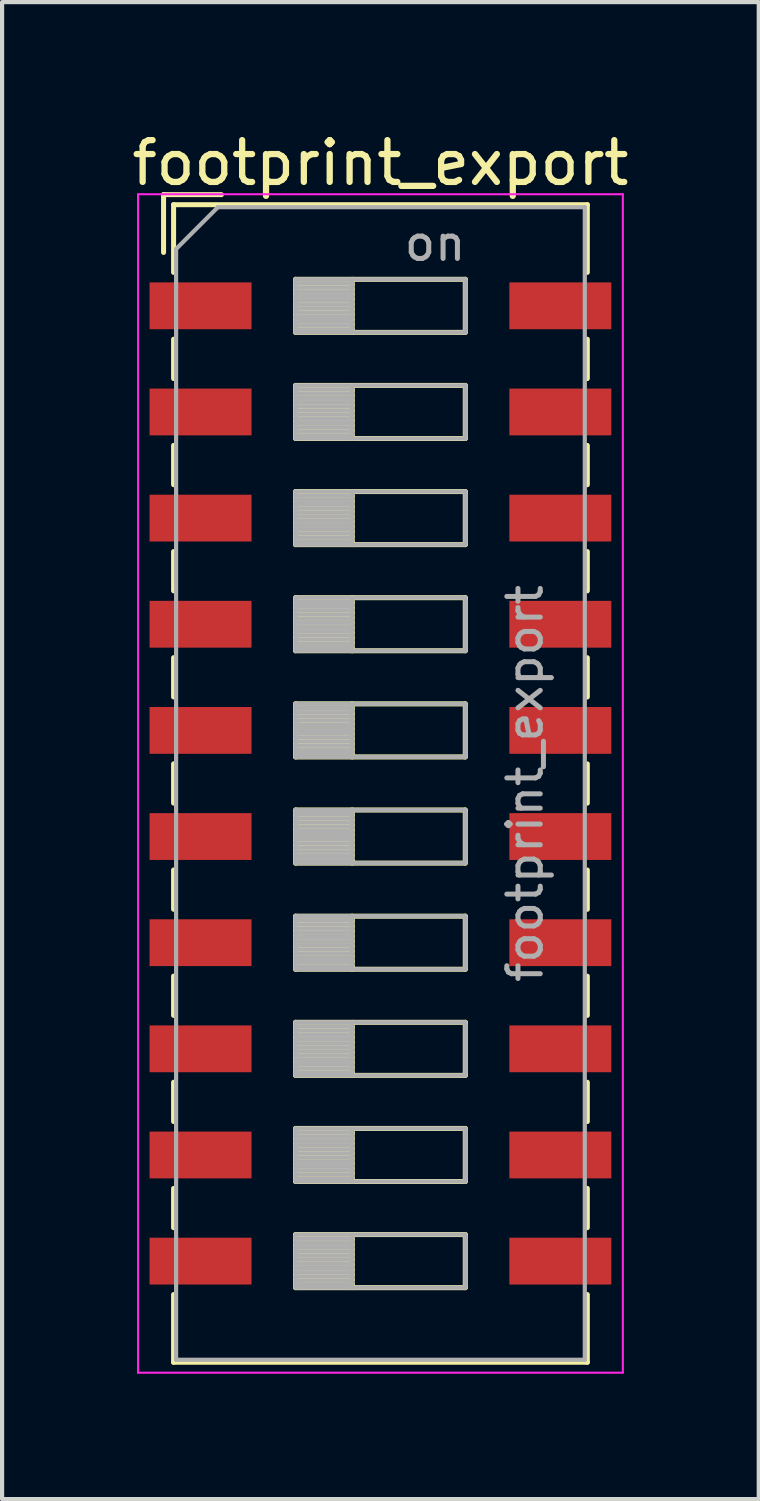
<source format=kicad_pcb>
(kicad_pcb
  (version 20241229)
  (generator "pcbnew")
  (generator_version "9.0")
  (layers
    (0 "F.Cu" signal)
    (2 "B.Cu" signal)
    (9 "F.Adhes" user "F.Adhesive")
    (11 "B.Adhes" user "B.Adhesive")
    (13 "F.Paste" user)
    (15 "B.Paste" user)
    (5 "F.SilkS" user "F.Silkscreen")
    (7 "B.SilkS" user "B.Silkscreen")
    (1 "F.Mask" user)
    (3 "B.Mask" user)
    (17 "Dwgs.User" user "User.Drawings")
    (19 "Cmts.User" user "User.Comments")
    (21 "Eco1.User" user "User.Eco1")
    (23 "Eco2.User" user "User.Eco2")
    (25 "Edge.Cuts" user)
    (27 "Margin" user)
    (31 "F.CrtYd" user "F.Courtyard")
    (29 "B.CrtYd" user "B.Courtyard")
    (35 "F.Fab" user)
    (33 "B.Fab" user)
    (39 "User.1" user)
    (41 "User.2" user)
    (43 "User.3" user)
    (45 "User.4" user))
  (footprint "footprint_export"
    (layer "F.Cu")
    (at 6.054 15.698)
    (property "Reference" "footprint_export" (at 0 -14.85 0) (layer "F.SilkS") (effects (font (size 1 1) (thickness 0.15))))
    (attr smd)
    (fp_line (start -5.19 -14.09) (end -5.19 -12.707) (stroke (width 0.12) (type solid)) (layer "F.SilkS"))
    (fp_line (start -5.19 -14.09) (end -3.806 -14.09) (stroke (width 0.12) (type solid)) (layer "F.SilkS"))
    (fp_line (start -4.95 -13.85) (end -4.95 -12.23) (stroke (width 0.12) (type solid)) (layer "F.SilkS"))
    (fp_line (start -4.95 -13.85) (end 4.95 -13.85) (stroke (width 0.12) (type solid)) (layer "F.SilkS"))
    (fp_line (start -4.95 -10.63) (end -4.95 -9.69) (stroke (width 0.12) (type solid)) (layer "F.SilkS"))
    (fp_line (start -4.95 -8.09) (end -4.95 -7.15) (stroke (width 0.12) (type solid)) (layer "F.SilkS"))
    (fp_line (start -4.95 -5.55) (end -4.95 -4.61) (stroke (width 0.12) (type solid)) (layer "F.SilkS"))
    (fp_line (start -4.95 -3.01) (end -4.95 -2.07) (stroke (width 0.12) (type solid)) (layer "F.SilkS"))
    (fp_line (start -4.95 -0.47) (end -4.95 0.47) (stroke (width 0.12) (type solid)) (layer "F.SilkS"))
    (fp_line (start -4.95 2.07) (end -4.95 3.01) (stroke (width 0.12) (type solid)) (layer "F.SilkS"))
    (fp_line (start -4.95 4.61) (end -4.95 5.55) (stroke (width 0.12) (type solid)) (layer "F.SilkS"))
    (fp_line (start -4.95 7.15) (end -4.95 8.09) (stroke (width 0.12) (type solid)) (layer "F.SilkS"))
    (fp_line (start -4.95 9.69) (end -4.95 10.63) (stroke (width 0.12) (type solid)) (layer "F.SilkS"))
    (fp_line (start -4.95 12.23) (end -4.95 13.85) (stroke (width 0.12) (type solid)) (layer "F.SilkS"))
    (fp_line (start -4.95 13.85) (end 4.95 13.85) (stroke (width 0.12) (type solid)) (layer "F.SilkS"))
    (fp_line (start -2.03 -12.065) (end -2.03 -10.795) (stroke (width 0.12) (type solid)) (layer "F.SilkS"))
    (fp_line (start -2.03 -11.945) (end -0.677 -11.945) (stroke (width 0.12) (type solid)) (layer "F.SilkS"))
    (fp_line (start -2.03 -11.825) (end -0.677 -11.825) (stroke (width 0.12) (type solid)) (layer "F.SilkS"))
    (fp_line (start -2.03 -11.705) (end -0.677 -11.705) (stroke (width 0.12) (type solid)) (layer "F.SilkS"))
    (fp_line (start -2.03 -11.585) (end -0.677 -11.585) (stroke (width 0.12) (type solid)) (layer "F.SilkS"))
    (fp_line (start -2.03 -11.465) (end -0.677 -11.465) (stroke (width 0.12) (type solid)) (layer "F.SilkS"))
    (fp_line (start -2.03 -11.345) (end -0.677 -11.345) (stroke (width 0.12) (type solid)) (layer "F.SilkS"))
    (fp_line (start -2.03 -11.225) (end -0.677 -11.225) (stroke (width 0.12) (type solid)) (layer "F.SilkS"))
    (fp_line (start -2.03 -11.105) (end -0.677 -11.105) (stroke (width 0.12) (type solid)) (layer "F.SilkS"))
    (fp_line (start -2.03 -10.985) (end -0.677 -10.985) (stroke (width 0.12) (type solid)) (layer "F.SilkS"))
    (fp_line (start -2.03 -10.865) (end -0.677 -10.865) (stroke (width 0.12) (type solid)) (layer "F.SilkS"))
    (fp_line (start -2.03 -10.795) (end 2.03 -10.795) (stroke (width 0.12) (type solid)) (layer "F.SilkS"))
    (fp_line (start -2.03 -9.525) (end -2.03 -8.255) (stroke (width 0.12) (type solid)) (layer "F.SilkS"))
    (fp_line (start -2.03 -9.405) (end -0.677 -9.405) (stroke (width 0.12) (type solid)) (layer "F.SilkS"))
    (fp_line (start -2.03 -9.285) (end -0.677 -9.285) (stroke (width 0.12) (type solid)) (layer "F.SilkS"))
    (fp_line (start -2.03 -9.165) (end -0.677 -9.165) (stroke (width 0.12) (type solid)) (layer "F.SilkS"))
    (fp_line (start -2.03 -9.045) (end -0.677 -9.045) (stroke (width 0.12) (type solid)) (layer "F.SilkS"))
    (fp_line (start -2.03 -8.925) (end -0.677 -8.925) (stroke (width 0.12) (type solid)) (layer "F.SilkS"))
    (fp_line (start -2.03 -8.805) (end -0.677 -8.805) (stroke (width 0.12) (type solid)) (layer "F.SilkS"))
    (fp_line (start -2.03 -8.685) (end -0.677 -8.685) (stroke (width 0.12) (type solid)) (layer "F.SilkS"))
    (fp_line (start -2.03 -8.565) (end -0.677 -8.565) (stroke (width 0.12) (type solid)) (layer "F.SilkS"))
    (fp_line (start -2.03 -8.445) (end -0.677 -8.445) (stroke (width 0.12) (type solid)) (layer "F.SilkS"))
    (fp_line (start -2.03 -8.325) (end -0.677 -8.325) (stroke (width 0.12) (type solid)) (layer "F.SilkS"))
    (fp_line (start -2.03 -8.255) (end 2.03 -8.255) (stroke (width 0.12) (type solid)) (layer "F.SilkS"))
    (fp_line (start -2.03 -6.985) (end -2.03 -5.715) (stroke (width 0.12) (type solid)) (layer "F.SilkS"))
    (fp_line (start -2.03 -6.865) (end -0.677 -6.865) (stroke (width 0.12) (type solid)) (layer "F.SilkS"))
    (fp_line (start -2.03 -6.745) (end -0.677 -6.745) (stroke (width 0.12) (type solid)) (layer "F.SilkS"))
    (fp_line (start -2.03 -6.625) (end -0.677 -6.625) (stroke (width 0.12) (type solid)) (layer "F.SilkS"))
    (fp_line (start -2.03 -6.505) (end -0.677 -6.505) (stroke (width 0.12) (type solid)) (layer "F.SilkS"))
    (fp_line (start -2.03 -6.385) (end -0.677 -6.385) (stroke (width 0.12) (type solid)) (layer "F.SilkS"))
    (fp_line (start -2.03 -6.265) (end -0.677 -6.265) (stroke (width 0.12) (type solid)) (layer "F.SilkS"))
    (fp_line (start -2.03 -6.145) (end -0.677 -6.145) (stroke (width 0.12) (type solid)) (layer "F.SilkS"))
    (fp_line (start -2.03 -6.025) (end -0.677 -6.025) (stroke (width 0.12) (type solid)) (layer "F.SilkS"))
    (fp_line (start -2.03 -5.905) (end -0.677 -5.905) (stroke (width 0.12) (type solid)) (layer "F.SilkS"))
    (fp_line (start -2.03 -5.785) (end -0.677 -5.785) (stroke (width 0.12) (type solid)) (layer "F.SilkS"))
    (fp_line (start -2.03 -5.715) (end 2.03 -5.715) (stroke (width 0.12) (type solid)) (layer "F.SilkS"))
    (fp_line (start -2.03 -4.445) (end -2.03 -3.175) (stroke (width 0.12) (type solid)) (layer "F.SilkS"))
    (fp_line (start -2.03 -4.325) (end -0.677 -4.325) (stroke (width 0.12) (type solid)) (layer "F.SilkS"))
    (fp_line (start -2.03 -4.205) (end -0.677 -4.205) (stroke (width 0.12) (type solid)) (layer "F.SilkS"))
    (fp_line (start -2.03 -4.085) (end -0.677 -4.085) (stroke (width 0.12) (type solid)) (layer "F.SilkS"))
    (fp_line (start -2.03 -3.965) (end -0.677 -3.965) (stroke (width 0.12) (type solid)) (layer "F.SilkS"))
    (fp_line (start -2.03 -3.845) (end -0.677 -3.845) (stroke (width 0.12) (type solid)) (layer "F.SilkS"))
    (fp_line (start -2.03 -3.725) (end -0.677 -3.725) (stroke (width 0.12) (type solid)) (layer "F.SilkS"))
    (fp_line (start -2.03 -3.605) (end -0.677 -3.605) (stroke (width 0.12) (type solid)) (layer "F.SilkS"))
    (fp_line (start -2.03 -3.485) (end -0.677 -3.485) (stroke (width 0.12) (type solid)) (layer "F.SilkS"))
    (fp_line (start -2.03 -3.365) (end -0.677 -3.365) (stroke (width 0.12) (type solid)) (layer "F.SilkS"))
    (fp_line (start -2.03 -3.245) (end -0.677 -3.245) (stroke (width 0.12) (type solid)) (layer "F.SilkS"))
    (fp_line (start -2.03 -3.175) (end 2.03 -3.175) (stroke (width 0.12) (type solid)) (layer "F.SilkS"))
    (fp_line (start -2.03 -1.905) (end -2.03 -0.635) (stroke (width 0.12) (type solid)) (layer "F.SilkS"))
    (fp_line (start -2.03 -1.785) (end -0.677 -1.785) (stroke (width 0.12) (type solid)) (layer "F.SilkS"))
    (fp_line (start -2.03 -1.665) (end -0.677 -1.665) (stroke (width 0.12) (type solid)) (layer "F.SilkS"))
    (fp_line (start -2.03 -1.545) (end -0.677 -1.545) (stroke (width 0.12) (type solid)) (layer "F.SilkS"))
    (fp_line (start -2.03 -1.425) (end -0.677 -1.425) (stroke (width 0.12) (type solid)) (layer "F.SilkS"))
    (fp_line (start -2.03 -1.305) (end -0.677 -1.305) (stroke (width 0.12) (type solid)) (layer "F.SilkS"))
    (fp_line (start -2.03 -1.185) (end -0.677 -1.185) (stroke (width 0.12) (type solid)) (layer "F.SilkS"))
    (fp_line (start -2.03 -1.065) (end -0.677 -1.065) (stroke (width 0.12) (type solid)) (layer "F.SilkS"))
    (fp_line (start -2.03 -0.945) (end -0.677 -0.945) (stroke (width 0.12) (type solid)) (layer "F.SilkS"))
    (fp_line (start -2.03 -0.825) (end -0.677 -0.825) (stroke (width 0.12) (type solid)) (layer "F.SilkS"))
    (fp_line (start -2.03 -0.705) (end -0.677 -0.705) (stroke (width 0.12) (type solid)) (layer "F.SilkS"))
    (fp_line (start -2.03 -0.635) (end 2.03 -0.635) (stroke (width 0.12) (type solid)) (layer "F.SilkS"))
    (fp_line (start -2.03 0.635) (end -2.03 1.905) (stroke (width 0.12) (type solid)) (layer "F.SilkS"))
    (fp_line (start -2.03 0.755) (end -0.677 0.755) (stroke (width 0.12) (type solid)) (layer "F.SilkS"))
    (fp_line (start -2.03 0.875) (end -0.677 0.875) (stroke (width 0.12) (type solid)) (layer "F.SilkS"))
    (fp_line (start -2.03 0.995) (end -0.677 0.995) (stroke (width 0.12) (type solid)) (layer "F.SilkS"))
    (fp_line (start -2.03 1.115) (end -0.677 1.115) (stroke (width 0.12) (type solid)) (layer "F.SilkS"))
    (fp_line (start -2.03 1.235) (end -0.677 1.235) (stroke (width 0.12) (type solid)) (layer "F.SilkS"))
    (fp_line (start -2.03 1.355) (end -0.677 1.355) (stroke (width 0.12) (type solid)) (layer "F.SilkS"))
    (fp_line (start -2.03 1.475) (end -0.677 1.475) (stroke (width 0.12) (type solid)) (layer "F.SilkS"))
    (fp_line (start -2.03 1.595) (end -0.677 1.595) (stroke (width 0.12) (type solid)) (layer "F.SilkS"))
    (fp_line (start -2.03 1.715) (end -0.677 1.715) (stroke (width 0.12) (type solid)) (layer "F.SilkS"))
    (fp_line (start -2.03 1.835) (end -0.677 1.835) (stroke (width 0.12) (type solid)) (layer "F.SilkS"))
    (fp_line (start -2.03 1.905) (end 2.03 1.905) (stroke (width 0.12) (type solid)) (layer "F.SilkS"))
    (fp_line (start -2.03 3.175) (end -2.03 4.445) (stroke (width 0.12) (type solid)) (layer "F.SilkS"))
    (fp_line (start -2.03 3.295) (end -0.677 3.295) (stroke (width 0.12) (type solid)) (layer "F.SilkS"))
    (fp_line (start -2.03 3.415) (end -0.677 3.415) (stroke (width 0.12) (type solid)) (layer "F.SilkS"))
    (fp_line (start -2.03 3.535) (end -0.677 3.535) (stroke (width 0.12) (type solid)) (layer "F.SilkS"))
    (fp_line (start -2.03 3.655) (end -0.677 3.655) (stroke (width 0.12) (type solid)) (layer "F.SilkS"))
    (fp_line (start -2.03 3.775) (end -0.677 3.775) (stroke (width 0.12) (type solid)) (layer "F.SilkS"))
    (fp_line (start -2.03 3.895) (end -0.677 3.895) (stroke (width 0.12) (type solid)) (layer "F.SilkS"))
    (fp_line (start -2.03 4.015) (end -0.677 4.015) (stroke (width 0.12) (type solid)) (layer "F.SilkS"))
    (fp_line (start -2.03 4.135) (end -0.677 4.135) (stroke (width 0.12) (type solid)) (layer "F.SilkS"))
    (fp_line (start -2.03 4.255) (end -0.677 4.255) (stroke (width 0.12) (type solid)) (layer "F.SilkS"))
    (fp_line (start -2.03 4.375) (end -0.677 4.375) (stroke (width 0.12) (type solid)) (layer "F.SilkS"))
    (fp_line (start -2.03 4.445) (end 2.03 4.445) (stroke (width 0.12) (type solid)) (layer "F.SilkS"))
    (fp_line (start -2.03 5.715) (end -2.03 6.985) (stroke (width 0.12) (type solid)) (layer "F.SilkS"))
    (fp_line (start -2.03 5.835) (end -0.677 5.835) (stroke (width 0.12) (type solid)) (layer "F.SilkS"))
    (fp_line (start -2.03 5.955) (end -0.677 5.955) (stroke (width 0.12) (type solid)) (layer "F.SilkS"))
    (fp_line (start -2.03 6.075) (end -0.677 6.075) (stroke (width 0.12) (type solid)) (layer "F.SilkS"))
    (fp_line (start -2.03 6.195) (end -0.677 6.195) (stroke (width 0.12) (type solid)) (layer "F.SilkS"))
    (fp_line (start -2.03 6.315) (end -0.677 6.315) (stroke (width 0.12) (type solid)) (layer "F.SilkS"))
    (fp_line (start -2.03 6.435) (end -0.677 6.435) (stroke (width 0.12) (type solid)) (layer "F.SilkS"))
    (fp_line (start -2.03 6.555) (end -0.677 6.555) (stroke (width 0.12) (type solid)) (layer "F.SilkS"))
    (fp_line (start -2.03 6.675) (end -0.677 6.675) (stroke (width 0.12) (type solid)) (layer "F.SilkS"))
    (fp_line (start -2.03 6.795) (end -0.677 6.795) (stroke (width 0.12) (type solid)) (layer "F.SilkS"))
    (fp_line (start -2.03 6.915) (end -0.677 6.915) (stroke (width 0.12) (type solid)) (layer "F.SilkS"))
    (fp_line (start -2.03 6.985) (end 2.03 6.985) (stroke (width 0.12) (type solid)) (layer "F.SilkS"))
    (fp_line (start -2.03 8.255) (end -2.03 9.525) (stroke (width 0.12) (type solid)) (layer "F.SilkS"))
    (fp_line (start -2.03 8.375) (end -0.677 8.375) (stroke (width 0.12) (type solid)) (layer "F.SilkS"))
    (fp_line (start -2.03 8.495) (end -0.677 8.495) (stroke (width 0.12) (type solid)) (layer "F.SilkS"))
    (fp_line (start -2.03 8.615) (end -0.677 8.615) (stroke (width 0.12) (type solid)) (layer "F.SilkS"))
    (fp_line (start -2.03 8.735) (end -0.677 8.735) (stroke (width 0.12) (type solid)) (layer "F.SilkS"))
    (fp_line (start -2.03 8.855) (end -0.677 8.855) (stroke (width 0.12) (type solid)) (layer "F.SilkS"))
    (fp_line (start -2.03 8.975) (end -0.677 8.975) (stroke (width 0.12) (type solid)) (layer "F.SilkS"))
    (fp_line (start -2.03 9.095) (end -0.677 9.095) (stroke (width 0.12) (type solid)) (layer "F.SilkS"))
    (fp_line (start -2.03 9.215) (end -0.677 9.215) (stroke (width 0.12) (type solid)) (layer "F.SilkS"))
    (fp_line (start -2.03 9.335) (end -0.677 9.335) (stroke (width 0.12) (type solid)) (layer "F.SilkS"))
    (fp_line (start -2.03 9.455) (end -0.677 9.455) (stroke (width 0.12) (type solid)) (layer "F.SilkS"))
    (fp_line (start -2.03 9.525) (end 2.03 9.525) (stroke (width 0.12) (type solid)) (layer "F.SilkS"))
    (fp_line (start -2.03 10.795) (end -2.03 12.065) (stroke (width 0.12) (type solid)) (layer "F.SilkS"))
    (fp_line (start -2.03 10.915) (end -0.677 10.915) (stroke (width 0.12) (type solid)) (layer "F.SilkS"))
    (fp_line (start -2.03 11.035) (end -0.677 11.035) (stroke (width 0.12) (type solid)) (layer "F.SilkS"))
    (fp_line (start -2.03 11.155) (end -0.677 11.155) (stroke (width 0.12) (type solid)) (layer "F.SilkS"))
    (fp_line (start -2.03 11.275) (end -0.677 11.275) (stroke (width 0.12) (type solid)) (layer "F.SilkS"))
    (fp_line (start -2.03 11.395) (end -0.677 11.395) (stroke (width 0.12) (type solid)) (layer "F.SilkS"))
    (fp_line (start -2.03 11.515) (end -0.677 11.515) (stroke (width 0.12) (type solid)) (layer "F.SilkS"))
    (fp_line (start -2.03 11.635) (end -0.677 11.635) (stroke (width 0.12) (type solid)) (layer "F.SilkS"))
    (fp_line (start -2.03 11.755) (end -0.677 11.755) (stroke (width 0.12) (type solid)) (layer "F.SilkS"))
    (fp_line (start -2.03 11.875) (end -0.677 11.875) (stroke (width 0.12) (type solid)) (layer "F.SilkS"))
    (fp_line (start -2.03 11.995) (end -0.677 11.995) (stroke (width 0.12) (type solid)) (layer "F.SilkS"))
    (fp_line (start -2.03 12.065) (end 2.03 12.065) (stroke (width 0.12) (type solid)) (layer "F.SilkS"))
    (fp_line (start -0.677 -12.065) (end -0.677 -10.795) (stroke (width 0.12) (type solid)) (layer "F.SilkS"))
    (fp_line (start -0.677 -9.525) (end -0.677 -8.255) (stroke (width 0.12) (type solid)) (layer "F.SilkS"))
    (fp_line (start -0.677 -6.985) (end -0.677 -5.715) (stroke (width 0.12) (type solid)) (layer "F.SilkS"))
    (fp_line (start -0.677 -4.445) (end -0.677 -3.175) (stroke (width 0.12) (type solid)) (layer "F.SilkS"))
    (fp_line (start -0.677 -1.905) (end -0.677 -0.635) (stroke (width 0.12) (type solid)) (layer "F.SilkS"))
    (fp_line (start -0.677 0.635) (end -0.677 1.905) (stroke (width 0.12) (type solid)) (layer "F.SilkS"))
    (fp_line (start -0.677 3.175) (end -0.677 4.445) (stroke (width 0.12) (type solid)) (layer "F.SilkS"))
    (fp_line (start -0.677 5.715) (end -0.677 6.985) (stroke (width 0.12) (type solid)) (layer "F.SilkS"))
    (fp_line (start -0.677 8.255) (end -0.677 9.525) (stroke (width 0.12) (type solid)) (layer "F.SilkS"))
    (fp_line (start -0.677 10.795) (end -0.677 12.065) (stroke (width 0.12) (type solid)) (layer "F.SilkS"))
    (fp_line (start 2.03 -12.065) (end -2.03 -12.065) (stroke (width 0.12) (type solid)) (layer "F.SilkS"))
    (fp_line (start 2.03 -10.795) (end 2.03 -12.065) (stroke (width 0.12) (type solid)) (layer "F.SilkS"))
    (fp_line (start 2.03 -9.525) (end -2.03 -9.525) (stroke (width 0.12) (type solid)) (layer "F.SilkS"))
    (fp_line (start 2.03 -8.255) (end 2.03 -9.525) (stroke (width 0.12) (type solid)) (layer "F.SilkS"))
    (fp_line (start 2.03 -6.985) (end -2.03 -6.985) (stroke (width 0.12) (type solid)) (layer "F.SilkS"))
    (fp_line (start 2.03 -5.715) (end 2.03 -6.985) (stroke (width 0.12) (type solid)) (layer "F.SilkS"))
    (fp_line (start 2.03 -4.445) (end -2.03 -4.445) (stroke (width 0.12) (type solid)) (layer "F.SilkS"))
    (fp_line (start 2.03 -3.175) (end 2.03 -4.445) (stroke (width 0.12) (type solid)) (layer "F.SilkS"))
    (fp_line (start 2.03 -1.905) (end -2.03 -1.905) (stroke (width 0.12) (type solid)) (layer "F.SilkS"))
    (fp_line (start 2.03 -0.635) (end 2.03 -1.905) (stroke (width 0.12) (type solid)) (layer "F.SilkS"))
    (fp_line (start 2.03 0.635) (end -2.03 0.635) (stroke (width 0.12) (type solid)) (layer "F.SilkS"))
    (fp_line (start 2.03 1.905) (end 2.03 0.635) (stroke (width 0.12) (type solid)) (layer "F.SilkS"))
    (fp_line (start 2.03 3.175) (end -2.03 3.175) (stroke (width 0.12) (type solid)) (layer "F.SilkS"))
    (fp_line (start 2.03 4.445) (end 2.03 3.175) (stroke (width 0.12) (type solid)) (layer "F.SilkS"))
    (fp_line (start 2.03 5.715) (end -2.03 5.715) (stroke (width 0.12) (type solid)) (layer "F.SilkS"))
    (fp_line (start 2.03 6.985) (end 2.03 5.715) (stroke (width 0.12) (type solid)) (layer "F.SilkS"))
    (fp_line (start 2.03 8.255) (end -2.03 8.255) (stroke (width 0.12) (type solid)) (layer "F.SilkS"))
    (fp_line (start 2.03 9.525) (end 2.03 8.255) (stroke (width 0.12) (type solid)) (layer "F.SilkS"))
    (fp_line (start 2.03 10.795) (end -2.03 10.795) (stroke (width 0.12) (type solid)) (layer "F.SilkS"))
    (fp_line (start 2.03 12.065) (end 2.03 10.795) (stroke (width 0.12) (type solid)) (layer "F.SilkS"))
    (fp_line (start 4.95 -13.85) (end 4.95 -12.23) (stroke (width 0.12) (type solid)) (layer "F.SilkS"))
    (fp_line (start 4.95 -10.629) (end 4.95 -9.689) (stroke (width 0.12) (type solid)) (layer "F.SilkS"))
    (fp_line (start 4.95 -8.089) (end 4.95 -7.149) (stroke (width 0.12) (type solid)) (layer "F.SilkS"))
    (fp_line (start 4.95 -5.549) (end 4.95 -4.609) (stroke (width 0.12) (type solid)) (layer "F.SilkS"))
    (fp_line (start 4.95 -3.009) (end 4.95 -2.069) (stroke (width 0.12) (type solid)) (layer "F.SilkS"))
    (fp_line (start 4.95 -0.469) (end 4.95 0.471) (stroke (width 0.12) (type solid)) (layer "F.SilkS"))
    (fp_line (start 4.95 2.071) (end 4.95 3.011) (stroke (width 0.12) (type solid)) (layer "F.SilkS"))
    (fp_line (start 4.95 4.611) (end 4.95 5.55) (stroke (width 0.12) (type solid)) (layer "F.SilkS"))
    (fp_line (start 4.95 7.15) (end 4.95 8.09) (stroke (width 0.12) (type solid)) (layer "F.SilkS"))
    (fp_line (start 4.95 9.69) (end 4.95 10.63) (stroke (width 0.12) (type solid)) (layer "F.SilkS"))
    (fp_line (start 4.95 12.23) (end 4.95 13.85) (stroke (width 0.12) (type solid)) (layer "F.SilkS"))
    (fp_line (start -5.8 -14.1) (end -5.8 14.1) (stroke (width 0.05) (type solid)) (layer "F.CrtYd"))
    (fp_line (start -5.8 14.1) (end 5.8 14.1) (stroke (width 0.05) (type solid)) (layer "F.CrtYd"))
    (fp_line (start 5.8 -14.1) (end -5.8 -14.1) (stroke (width 0.05) (type solid)) (layer "F.CrtYd"))
    (fp_line (start 5.8 14.1) (end 5.8 -14.1) (stroke (width 0.05) (type solid)) (layer "F.CrtYd"))
    (fp_line (start -4.89 -12.79) (end -3.89 -13.79) (stroke (width 0.1) (type solid)) (layer "F.Fab"))
    (fp_line (start -4.89 13.79) (end -4.89 -12.79) (stroke (width 0.1) (type solid)) (layer "F.Fab"))
    (fp_line (start -3.89 -13.79) (end 4.89 -13.79) (stroke (width 0.1) (type solid)) (layer "F.Fab"))
    (fp_line (start -2.03 -12.065) (end -2.03 -10.795) (stroke (width 0.1) (type solid)) (layer "F.Fab"))
    (fp_line (start -2.03 -11.965) (end -0.677 -11.965) (stroke (width 0.1) (type solid)) (layer "F.Fab"))
    (fp_line (start -2.03 -11.865) (end -0.677 -11.865) (stroke (width 0.1) (type solid)) (layer "F.Fab"))
    (fp_line (start -2.03 -11.765) (end -0.677 -11.765) (stroke (width 0.1) (type solid)) (layer "F.Fab"))
    (fp_line (start -2.03 -11.665) (end -0.677 -11.665) (stroke (width 0.1) (type solid)) (layer "F.Fab"))
    (fp_line (start -2.03 -11.565) (end -0.677 -11.565) (stroke (width 0.1) (type solid)) (layer "F.Fab"))
    (fp_line (start -2.03 -11.465) (end -0.677 -11.465) (stroke (width 0.1) (type solid)) (layer "F.Fab"))
    (fp_line (start -2.03 -11.365) (end -0.677 -11.365) (stroke (width 0.1) (type solid)) (layer "F.Fab"))
    (fp_line (start -2.03 -11.265) (end -0.677 -11.265) (stroke (width 0.1) (type solid)) (layer "F.Fab"))
    (fp_line (start -2.03 -11.165) (end -0.677 -11.165) (stroke (width 0.1) (type solid)) (layer "F.Fab"))
    (fp_line (start -2.03 -11.065) (end -0.677 -11.065) (stroke (width 0.1) (type solid)) (layer "F.Fab"))
    (fp_line (start -2.03 -10.965) (end -0.677 -10.965) (stroke (width 0.1) (type solid)) (layer "F.Fab"))
    (fp_line (start -2.03 -10.865) (end -0.677 -10.865) (stroke (width 0.1) (type solid)) (layer "F.Fab"))
    (fp_line (start -2.03 -10.795) (end 2.03 -10.795) (stroke (width 0.1) (type solid)) (layer "F.Fab"))
    (fp_line (start -2.03 -9.525) (end -2.03 -8.255) (stroke (width 0.1) (type solid)) (layer "F.Fab"))
    (fp_line (start -2.03 -9.425) (end -0.677 -9.425) (stroke (width 0.1) (type solid)) (layer "F.Fab"))
    (fp_line (start -2.03 -9.325) (end -0.677 -9.325) (stroke (width 0.1) (type solid)) (layer "F.Fab"))
    (fp_line (start -2.03 -9.225) (end -0.677 -9.225) (stroke (width 0.1) (type solid)) (layer "F.Fab"))
    (fp_line (start -2.03 -9.125) (end -0.677 -9.125) (stroke (width 0.1) (type solid)) (layer "F.Fab"))
    (fp_line (start -2.03 -9.025) (end -0.677 -9.025) (stroke (width 0.1) (type solid)) (layer "F.Fab"))
    (fp_line (start -2.03 -8.925) (end -0.677 -8.925) (stroke (width 0.1) (type solid)) (layer "F.Fab"))
    (fp_line (start -2.03 -8.825) (end -0.677 -8.825) (stroke (width 0.1) (type solid)) (layer "F.Fab"))
    (fp_line (start -2.03 -8.725) (end -0.677 -8.725) (stroke (width 0.1) (type solid)) (layer "F.Fab"))
    (fp_line (start -2.03 -8.625) (end -0.677 -8.625) (stroke (width 0.1) (type solid)) (layer "F.Fab"))
    (fp_line (start -2.03 -8.525) (end -0.677 -8.525) (stroke (width 0.1) (type solid)) (layer "F.Fab"))
    (fp_line (start -2.03 -8.425) (end -0.677 -8.425) (stroke (width 0.1) (type solid)) (layer "F.Fab"))
    (fp_line (start -2.03 -8.325) (end -0.677 -8.325) (stroke (width 0.1) (type solid)) (layer "F.Fab"))
    (fp_line (start -2.03 -8.255) (end 2.03 -8.255) (stroke (width 0.1) (type solid)) (layer "F.Fab"))
    (fp_line (start -2.03 -6.985) (end -2.03 -5.715) (stroke (width 0.1) (type solid)) (layer "F.Fab"))
    (fp_line (start -2.03 -6.885) (end -0.677 -6.885) (stroke (width 0.1) (type solid)) (layer "F.Fab"))
    (fp_line (start -2.03 -6.785) (end -0.677 -6.785) (stroke (width 0.1) (type solid)) (layer "F.Fab"))
    (fp_line (start -2.03 -6.685) (end -0.677 -6.685) (stroke (width 0.1) (type solid)) (layer "F.Fab"))
    (fp_line (start -2.03 -6.585) (end -0.677 -6.585) (stroke (width 0.1) (type solid)) (layer "F.Fab"))
    (fp_line (start -2.03 -6.485) (end -0.677 -6.485) (stroke (width 0.1) (type solid)) (layer "F.Fab"))
    (fp_line (start -2.03 -6.385) (end -0.677 -6.385) (stroke (width 0.1) (type solid)) (layer "F.Fab"))
    (fp_line (start -2.03 -6.285) (end -0.677 -6.285) (stroke (width 0.1) (type solid)) (layer "F.Fab"))
    (fp_line (start -2.03 -6.185) (end -0.677 -6.185) (stroke (width 0.1) (type solid)) (layer "F.Fab"))
    (fp_line (start -2.03 -6.085) (end -0.677 -6.085) (stroke (width 0.1) (type solid)) (layer "F.Fab"))
    (fp_line (start -2.03 -5.985) (end -0.677 -5.985) (stroke (width 0.1) (type solid)) (layer "F.Fab"))
    (fp_line (start -2.03 -5.885) (end -0.677 -5.885) (stroke (width 0.1) (type solid)) (layer "F.Fab"))
    (fp_line (start -2.03 -5.785) (end -0.677 -5.785) (stroke (width 0.1) (type solid)) (layer "F.Fab"))
    (fp_line (start -2.03 -5.715) (end 2.03 -5.715) (stroke (width 0.1) (type solid)) (layer "F.Fab"))
    (fp_line (start -2.03 -4.445) (end -2.03 -3.175) (stroke (width 0.1) (type solid)) (layer "F.Fab"))
    (fp_line (start -2.03 -4.345) (end -0.677 -4.345) (stroke (width 0.1) (type solid)) (layer "F.Fab"))
    (fp_line (start -2.03 -4.245) (end -0.677 -4.245) (stroke (width 0.1) (type solid)) (layer "F.Fab"))
    (fp_line (start -2.03 -4.145) (end -0.677 -4.145) (stroke (width 0.1) (type solid)) (layer "F.Fab"))
    (fp_line (start -2.03 -4.045) (end -0.677 -4.045) (stroke (width 0.1) (type solid)) (layer "F.Fab"))
    (fp_line (start -2.03 -3.945) (end -0.677 -3.945) (stroke (width 0.1) (type solid)) (layer "F.Fab"))
    (fp_line (start -2.03 -3.845) (end -0.677 -3.845) (stroke (width 0.1) (type solid)) (layer "F.Fab"))
    (fp_line (start -2.03 -3.745) (end -0.677 -3.745) (stroke (width 0.1) (type solid)) (layer "F.Fab"))
    (fp_line (start -2.03 -3.645) (end -0.677 -3.645) (stroke (width 0.1) (type solid)) (layer "F.Fab"))
    (fp_line (start -2.03 -3.545) (end -0.677 -3.545) (stroke (width 0.1) (type solid)) (layer "F.Fab"))
    (fp_line (start -2.03 -3.445) (end -0.677 -3.445) (stroke (width 0.1) (type solid)) (layer "F.Fab"))
    (fp_line (start -2.03 -3.345) (end -0.677 -3.345) (stroke (width 0.1) (type solid)) (layer "F.Fab"))
    (fp_line (start -2.03 -3.245) (end -0.677 -3.245) (stroke (width 0.1) (type solid)) (layer "F.Fab"))
    (fp_line (start -2.03 -3.175) (end 2.03 -3.175) (stroke (width 0.1) (type solid)) (layer "F.Fab"))
    (fp_line (start -2.03 -1.905) (end -2.03 -0.635) (stroke (width 0.1) (type solid)) (layer "F.Fab"))
    (fp_line (start -2.03 -1.805) (end -0.677 -1.805) (stroke (width 0.1) (type solid)) (layer "F.Fab"))
    (fp_line (start -2.03 -1.705) (end -0.677 -1.705) (stroke (width 0.1) (type solid)) (layer "F.Fab"))
    (fp_line (start -2.03 -1.605) (end -0.677 -1.605) (stroke (width 0.1) (type solid)) (layer "F.Fab"))
    (fp_line (start -2.03 -1.505) (end -0.677 -1.505) (stroke (width 0.1) (type solid)) (layer "F.Fab"))
    (fp_line (start -2.03 -1.405) (end -0.677 -1.405) (stroke (width 0.1) (type solid)) (layer "F.Fab"))
    (fp_line (start -2.03 -1.305) (end -0.677 -1.305) (stroke (width 0.1) (type solid)) (layer "F.Fab"))
    (fp_line (start -2.03 -1.205) (end -0.677 -1.205) (stroke (width 0.1) (type solid)) (layer "F.Fab"))
    (fp_line (start -2.03 -1.105) (end -0.677 -1.105) (stroke (width 0.1) (type solid)) (layer "F.Fab"))
    (fp_line (start -2.03 -1.005) (end -0.677 -1.005) (stroke (width 0.1) (type solid)) (layer "F.Fab"))
    (fp_line (start -2.03 -0.905) (end -0.677 -0.905) (stroke (width 0.1) (type solid)) (layer "F.Fab"))
    (fp_line (start -2.03 -0.805) (end -0.677 -0.805) (stroke (width 0.1) (type solid)) (layer "F.Fab"))
    (fp_line (start -2.03 -0.705) (end -0.677 -0.705) (stroke (width 0.1) (type solid)) (layer "F.Fab"))
    (fp_line (start -2.03 -0.635) (end 2.03 -0.635) (stroke (width 0.1) (type solid)) (layer "F.Fab"))
    (fp_line (start -2.03 0.635) (end -2.03 1.905) (stroke (width 0.1) (type solid)) (layer "F.Fab"))
    (fp_line (start -2.03 0.735) (end -0.677 0.735) (stroke (width 0.1) (type solid)) (layer "F.Fab"))
    (fp_line (start -2.03 0.835) (end -0.677 0.835) (stroke (width 0.1) (type solid)) (layer "F.Fab"))
    (fp_line (start -2.03 0.935) (end -0.677 0.935) (stroke (width 0.1) (type solid)) (layer "F.Fab"))
    (fp_line (start -2.03 1.035) (end -0.677 1.035) (stroke (width 0.1) (type solid)) (layer "F.Fab"))
    (fp_line (start -2.03 1.135) (end -0.677 1.135) (stroke (width 0.1) (type solid)) (layer "F.Fab"))
    (fp_line (start -2.03 1.235) (end -0.677 1.235) (stroke (width 0.1) (type solid)) (layer "F.Fab"))
    (fp_line (start -2.03 1.335) (end -0.677 1.335) (stroke (width 0.1) (type solid)) (layer "F.Fab"))
    (fp_line (start -2.03 1.435) (end -0.677 1.435) (stroke (width 0.1) (type solid)) (layer "F.Fab"))
    (fp_line (start -2.03 1.535) (end -0.677 1.535) (stroke (width 0.1) (type solid)) (layer "F.Fab"))
    (fp_line (start -2.03 1.635) (end -0.677 1.635) (stroke (width 0.1) (type solid)) (layer "F.Fab"))
    (fp_line (start -2.03 1.735) (end -0.677 1.735) (stroke (width 0.1) (type solid)) (layer "F.Fab"))
    (fp_line (start -2.03 1.835) (end -0.677 1.835) (stroke (width 0.1) (type solid)) (layer "F.Fab"))
    (fp_line (start -2.03 1.905) (end 2.03 1.905) (stroke (width 0.1) (type solid)) (layer "F.Fab"))
    (fp_line (start -2.03 3.175) (end -2.03 4.445) (stroke (width 0.1) (type solid)) (layer "F.Fab"))
    (fp_line (start -2.03 3.275) (end -0.677 3.275) (stroke (width 0.1) (type solid)) (layer "F.Fab"))
    (fp_line (start -2.03 3.375) (end -0.677 3.375) (stroke (width 0.1) (type solid)) (layer "F.Fab"))
    (fp_line (start -2.03 3.475) (end -0.677 3.475) (stroke (width 0.1) (type solid)) (layer "F.Fab"))
    (fp_line (start -2.03 3.575) (end -0.677 3.575) (stroke (width 0.1) (type solid)) (layer "F.Fab"))
    (fp_line (start -2.03 3.675) (end -0.677 3.675) (stroke (width 0.1) (type solid)) (layer "F.Fab"))
    (fp_line (start -2.03 3.775) (end -0.677 3.775) (stroke (width 0.1) (type solid)) (layer "F.Fab"))
    (fp_line (start -2.03 3.875) (end -0.677 3.875) (stroke (width 0.1) (type solid)) (layer "F.Fab"))
    (fp_line (start -2.03 3.975) (end -0.677 3.975) (stroke (width 0.1) (type solid)) (layer "F.Fab"))
    (fp_line (start -2.03 4.075) (end -0.677 4.075) (stroke (width 0.1) (type solid)) (layer "F.Fab"))
    (fp_line (start -2.03 4.175) (end -0.677 4.175) (stroke (width 0.1) (type solid)) (layer "F.Fab"))
    (fp_line (start -2.03 4.275) (end -0.677 4.275) (stroke (width 0.1) (type solid)) (layer "F.Fab"))
    (fp_line (start -2.03 4.375) (end -0.677 4.375) (stroke (width 0.1) (type solid)) (layer "F.Fab"))
    (fp_line (start -2.03 4.445) (end 2.03 4.445) (stroke (width 0.1) (type solid)) (layer "F.Fab"))
    (fp_line (start -2.03 5.715) (end -2.03 6.985) (stroke (width 0.1) (type solid)) (layer "F.Fab"))
    (fp_line (start -2.03 5.815) (end -0.677 5.815) (stroke (width 0.1) (type solid)) (layer "F.Fab"))
    (fp_line (start -2.03 5.915) (end -0.677 5.915) (stroke (width 0.1) (type solid)) (layer "F.Fab"))
    (fp_line (start -2.03 6.015) (end -0.677 6.015) (stroke (width 0.1) (type solid)) (layer "F.Fab"))
    (fp_line (start -2.03 6.115) (end -0.677 6.115) (stroke (width 0.1) (type solid)) (layer "F.Fab"))
    (fp_line (start -2.03 6.215) (end -0.677 6.215) (stroke (width 0.1) (type solid)) (layer "F.Fab"))
    (fp_line (start -2.03 6.315) (end -0.677 6.315) (stroke (width 0.1) (type solid)) (layer "F.Fab"))
    (fp_line (start -2.03 6.415) (end -0.677 6.415) (stroke (width 0.1) (type solid)) (layer "F.Fab"))
    (fp_line (start -2.03 6.515) (end -0.677 6.515) (stroke (width 0.1) (type solid)) (layer "F.Fab"))
    (fp_line (start -2.03 6.615) (end -0.677 6.615) (stroke (width 0.1) (type solid)) (layer "F.Fab"))
    (fp_line (start -2.03 6.715) (end -0.677 6.715) (stroke (width 0.1) (type solid)) (layer "F.Fab"))
    (fp_line (start -2.03 6.815) (end -0.677 6.815) (stroke (width 0.1) (type solid)) (layer "F.Fab"))
    (fp_line (start -2.03 6.915) (end -0.677 6.915) (stroke (width 0.1) (type solid)) (layer "F.Fab"))
    (fp_line (start -2.03 6.985) (end 2.03 6.985) (stroke (width 0.1) (type solid)) (layer "F.Fab"))
    (fp_line (start -2.03 8.255) (end -2.03 9.525) (stroke (width 0.1) (type solid)) (layer "F.Fab"))
    (fp_line (start -2.03 8.355) (end -0.677 8.355) (stroke (width 0.1) (type solid)) (layer "F.Fab"))
    (fp_line (start -2.03 8.455) (end -0.677 8.455) (stroke (width 0.1) (type solid)) (layer "F.Fab"))
    (fp_line (start -2.03 8.555) (end -0.677 8.555) (stroke (width 0.1) (type solid)) (layer "F.Fab"))
    (fp_line (start -2.03 8.655) (end -0.677 8.655) (stroke (width 0.1) (type solid)) (layer "F.Fab"))
    (fp_line (start -2.03 8.755) (end -0.677 8.755) (stroke (width 0.1) (type solid)) (layer "F.Fab"))
    (fp_line (start -2.03 8.855) (end -0.677 8.855) (stroke (width 0.1) (type solid)) (layer "F.Fab"))
    (fp_line (start -2.03 8.955) (end -0.677 8.955) (stroke (width 0.1) (type solid)) (layer "F.Fab"))
    (fp_line (start -2.03 9.055) (end -0.677 9.055) (stroke (width 0.1) (type solid)) (layer "F.Fab"))
    (fp_line (start -2.03 9.155) (end -0.677 9.155) (stroke (width 0.1) (type solid)) (layer "F.Fab"))
    (fp_line (start -2.03 9.255) (end -0.677 9.255) (stroke (width 0.1) (type solid)) (layer "F.Fab"))
    (fp_line (start -2.03 9.355) (end -0.677 9.355) (stroke (width 0.1) (type solid)) (layer "F.Fab"))
    (fp_line (start -2.03 9.455) (end -0.677 9.455) (stroke (width 0.1) (type solid)) (layer "F.Fab"))
    (fp_line (start -2.03 9.525) (end 2.03 9.525) (stroke (width 0.1) (type solid)) (layer "F.Fab"))
    (fp_line (start -2.03 10.795) (end -2.03 12.065) (stroke (width 0.1) (type solid)) (layer "F.Fab"))
    (fp_line (start -2.03 10.895) (end -0.677 10.895) (stroke (width 0.1) (type solid)) (layer "F.Fab"))
    (fp_line (start -2.03 10.995) (end -0.677 10.995) (stroke (width 0.1) (type solid)) (layer "F.Fab"))
    (fp_line (start -2.03 11.095) (end -0.677 11.095) (stroke (width 0.1) (type solid)) (layer "F.Fab"))
    (fp_line (start -2.03 11.195) (end -0.677 11.195) (stroke (width 0.1) (type solid)) (layer "F.Fab"))
    (fp_line (start -2.03 11.295) (end -0.677 11.295) (stroke (width 0.1) (type solid)) (layer "F.Fab"))
    (fp_line (start -2.03 11.395) (end -0.677 11.395) (stroke (width 0.1) (type solid)) (layer "F.Fab"))
    (fp_line (start -2.03 11.495) (end -0.677 11.495) (stroke (width 0.1) (type solid)) (layer "F.Fab"))
    (fp_line (start -2.03 11.595) (end -0.677 11.595) (stroke (width 0.1) (type solid)) (layer "F.Fab"))
    (fp_line (start -2.03 11.695) (end -0.677 11.695) (stroke (width 0.1) (type solid)) (layer "F.Fab"))
    (fp_line (start -2.03 11.795) (end -0.677 11.795) (stroke (width 0.1) (type solid)) (layer "F.Fab"))
    (fp_line (start -2.03 11.895) (end -0.677 11.895) (stroke (width 0.1) (type solid)) (layer "F.Fab"))
    (fp_line (start -2.03 11.995) (end -0.677 11.995) (stroke (width 0.1) (type solid)) (layer "F.Fab"))
    (fp_line (start -2.03 12.065) (end 2.03 12.065) (stroke (width 0.1) (type solid)) (layer "F.Fab"))
    (fp_line (start -0.677 -12.065) (end -0.677 -10.795) (stroke (width 0.1) (type solid)) (layer "F.Fab"))
    (fp_line (start -0.677 -9.525) (end -0.677 -8.255) (stroke (width 0.1) (type solid)) (layer "F.Fab"))
    (fp_line (start -0.677 -6.985) (end -0.677 -5.715) (stroke (width 0.1) (type solid)) (layer "F.Fab"))
    (fp_line (start -0.677 -4.445) (end -0.677 -3.175) (stroke (width 0.1) (type solid)) (layer "F.Fab"))
    (fp_line (start -0.677 -1.905) (end -0.677 -0.635) (stroke (width 0.1) (type solid)) (layer "F.Fab"))
    (fp_line (start -0.677 0.635) (end -0.677 1.905) (stroke (width 0.1) (type solid)) (layer "F.Fab"))
    (fp_line (start -0.677 3.175) (end -0.677 4.445) (stroke (width 0.1) (type solid)) (layer "F.Fab"))
    (fp_line (start -0.677 5.715) (end -0.677 6.985) (stroke (width 0.1) (type solid)) (layer "F.Fab"))
    (fp_line (start -0.677 8.255) (end -0.677 9.525) (stroke (width 0.1) (type solid)) (layer "F.Fab"))
    (fp_line (start -0.677 10.795) (end -0.677 12.065) (stroke (width 0.1) (type solid)) (layer "F.Fab"))
    (fp_line (start 2.03 -12.065) (end -2.03 -12.065) (stroke (width 0.1) (type solid)) (layer "F.Fab"))
    (fp_line (start 2.03 -10.795) (end 2.03 -12.065) (stroke (width 0.1) (type solid)) (layer "F.Fab"))
    (fp_line (start 2.03 -9.525) (end -2.03 -9.525) (stroke (width 0.1) (type solid)) (layer "F.Fab"))
    (fp_line (start 2.03 -8.255) (end 2.03 -9.525) (stroke (width 0.1) (type solid)) (layer "F.Fab"))
    (fp_line (start 2.03 -6.985) (end -2.03 -6.985) (stroke (width 0.1) (type solid)) (layer "F.Fab"))
    (fp_line (start 2.03 -5.715) (end 2.03 -6.985) (stroke (width 0.1) (type solid)) (layer "F.Fab"))
    (fp_line (start 2.03 -4.445) (end -2.03 -4.445) (stroke (width 0.1) (type solid)) (layer "F.Fab"))
    (fp_line (start 2.03 -3.175) (end 2.03 -4.445) (stroke (width 0.1) (type solid)) (layer "F.Fab"))
    (fp_line (start 2.03 -1.905) (end -2.03 -1.905) (stroke (width 0.1) (type solid)) (layer "F.Fab"))
    (fp_line (start 2.03 -0.635) (end 2.03 -1.905) (stroke (width 0.1) (type solid)) (layer "F.Fab"))
    (fp_line (start 2.03 0.635) (end -2.03 0.635) (stroke (width 0.1) (type solid)) (layer "F.Fab"))
    (fp_line (start 2.03 1.905) (end 2.03 0.635) (stroke (width 0.1) (type solid)) (layer "F.Fab"))
    (fp_line (start 2.03 3.175) (end -2.03 3.175) (stroke (width 0.1) (type solid)) (layer "F.Fab"))
    (fp_line (start 2.03 4.445) (end 2.03 3.175) (stroke (width 0.1) (type solid)) (layer "F.Fab"))
    (fp_line (start 2.03 5.715) (end -2.03 5.715) (stroke (width 0.1) (type solid)) (layer "F.Fab"))
    (fp_line (start 2.03 6.985) (end 2.03 5.715) (stroke (width 0.1) (type solid)) (layer "F.Fab"))
    (fp_line (start 2.03 8.255) (end -2.03 8.255) (stroke (width 0.1) (type solid)) (layer "F.Fab"))
    (fp_line (start 2.03 9.525) (end 2.03 8.255) (stroke (width 0.1) (type solid)) (layer "F.Fab"))
    (fp_line (start 2.03 10.795) (end -2.03 10.795) (stroke (width 0.1) (type solid)) (layer "F.Fab"))
    (fp_line (start 2.03 12.065) (end 2.03 10.795) (stroke (width 0.1) (type solid)) (layer "F.Fab"))
    (fp_line (start 4.89 -13.79) (end 4.89 13.79) (stroke (width 0.1) (type solid)) (layer "F.Fab"))
    (fp_line (start 4.89 13.79) (end -4.89 13.79) (stroke (width 0.1) (type solid)) (layer "F.Fab"))
    (fp_text user "${REFERENCE}" (at 3.46 0 90) (layer "F.Fab") (effects (font (size 0.8 0.8) (thickness 0.12))))
    (fp_text user "on" (at 1.308 -12.928 0) (layer "F.Fab") (effects (font (size 0.8 0.8) (thickness 0.12))))
    (pad "1" smd rect (at -4.305 -11.43) (size 2.44 1.12) (layers "F.Cu" "F.Mask" "F.Paste"))
    (pad "2" smd rect (at -4.305 -8.89) (size 2.44 1.12) (layers "F.Cu" "F.Mask" "F.Paste"))
    (pad "3" smd rect (at -4.305 -6.35) (size 2.44 1.12) (layers "F.Cu" "F.Mask" "F.Paste"))
    (pad "4" smd rect (at -4.305 -3.81) (size 2.44 1.12) (layers "F.Cu" "F.Mask" "F.Paste"))
    (pad "5" smd rect (at -4.305 -1.27) (size 2.44 1.12) (layers "F.Cu" "F.Mask" "F.Paste"))
    (pad "6" smd rect (at -4.305 1.27) (size 2.44 1.12) (layers "F.Cu" "F.Mask" "F.Paste"))
    (pad "7" smd rect (at -4.305 3.81) (size 2.44 1.12) (layers "F.Cu" "F.Mask" "F.Paste"))
    (pad "8" smd rect (at -4.305 6.35) (size 2.44 1.12) (layers "F.Cu" "F.Mask" "F.Paste"))
    (pad "9" smd rect (at -4.305 8.89) (size 2.44 1.12) (layers "F.Cu" "F.Mask" "F.Paste"))
    (pad "10" smd rect (at -4.305 11.43) (size 2.44 1.12) (layers "F.Cu" "F.Mask" "F.Paste"))
    (pad "11" smd rect (at 4.305 11.43) (size 2.44 1.12) (layers "F.Cu" "F.Mask" "F.Paste"))
    (pad "12" smd rect (at 4.305 8.89) (size 2.44 1.12) (layers "F.Cu" "F.Mask" "F.Paste"))
    (pad "13" smd rect (at 4.305 6.35) (size 2.44 1.12) (layers "F.Cu" "F.Mask" "F.Paste"))
    (pad "14" smd rect (at 4.305 3.81) (size 2.44 1.12) (layers "F.Cu" "F.Mask" "F.Paste"))
    (pad "15" smd rect (at 4.305 1.27) (size 2.44 1.12) (layers "F.Cu" "F.Mask" "F.Paste"))
    (pad "16" smd rect (at 4.305 -1.27) (size 2.44 1.12) (layers "F.Cu" "F.Mask" "F.Paste"))
    (pad "17" smd rect (at 4.305 -3.81) (size 2.44 1.12) (layers "F.Cu" "F.Mask" "F.Paste"))
    (pad "18" smd rect (at 4.305 -6.35) (size 2.44 1.12) (layers "F.Cu" "F.Mask" "F.Paste"))
    (pad "19" smd rect (at 4.305 -8.89) (size 2.44 1.12) (layers "F.Cu" "F.Mask" "F.Paste"))
    (pad "20" smd rect (at 4.305 -11.43) (size 2.44 1.12) (layers "F.Cu" "F.Mask" "F.Paste")))
  (gr_rect
    (start -3 -3)
    (end 15.107 32.823)
    (stroke (width 0.1) (type default))
    (fill no)
    (layer "Edge.Cuts")))
</source>
